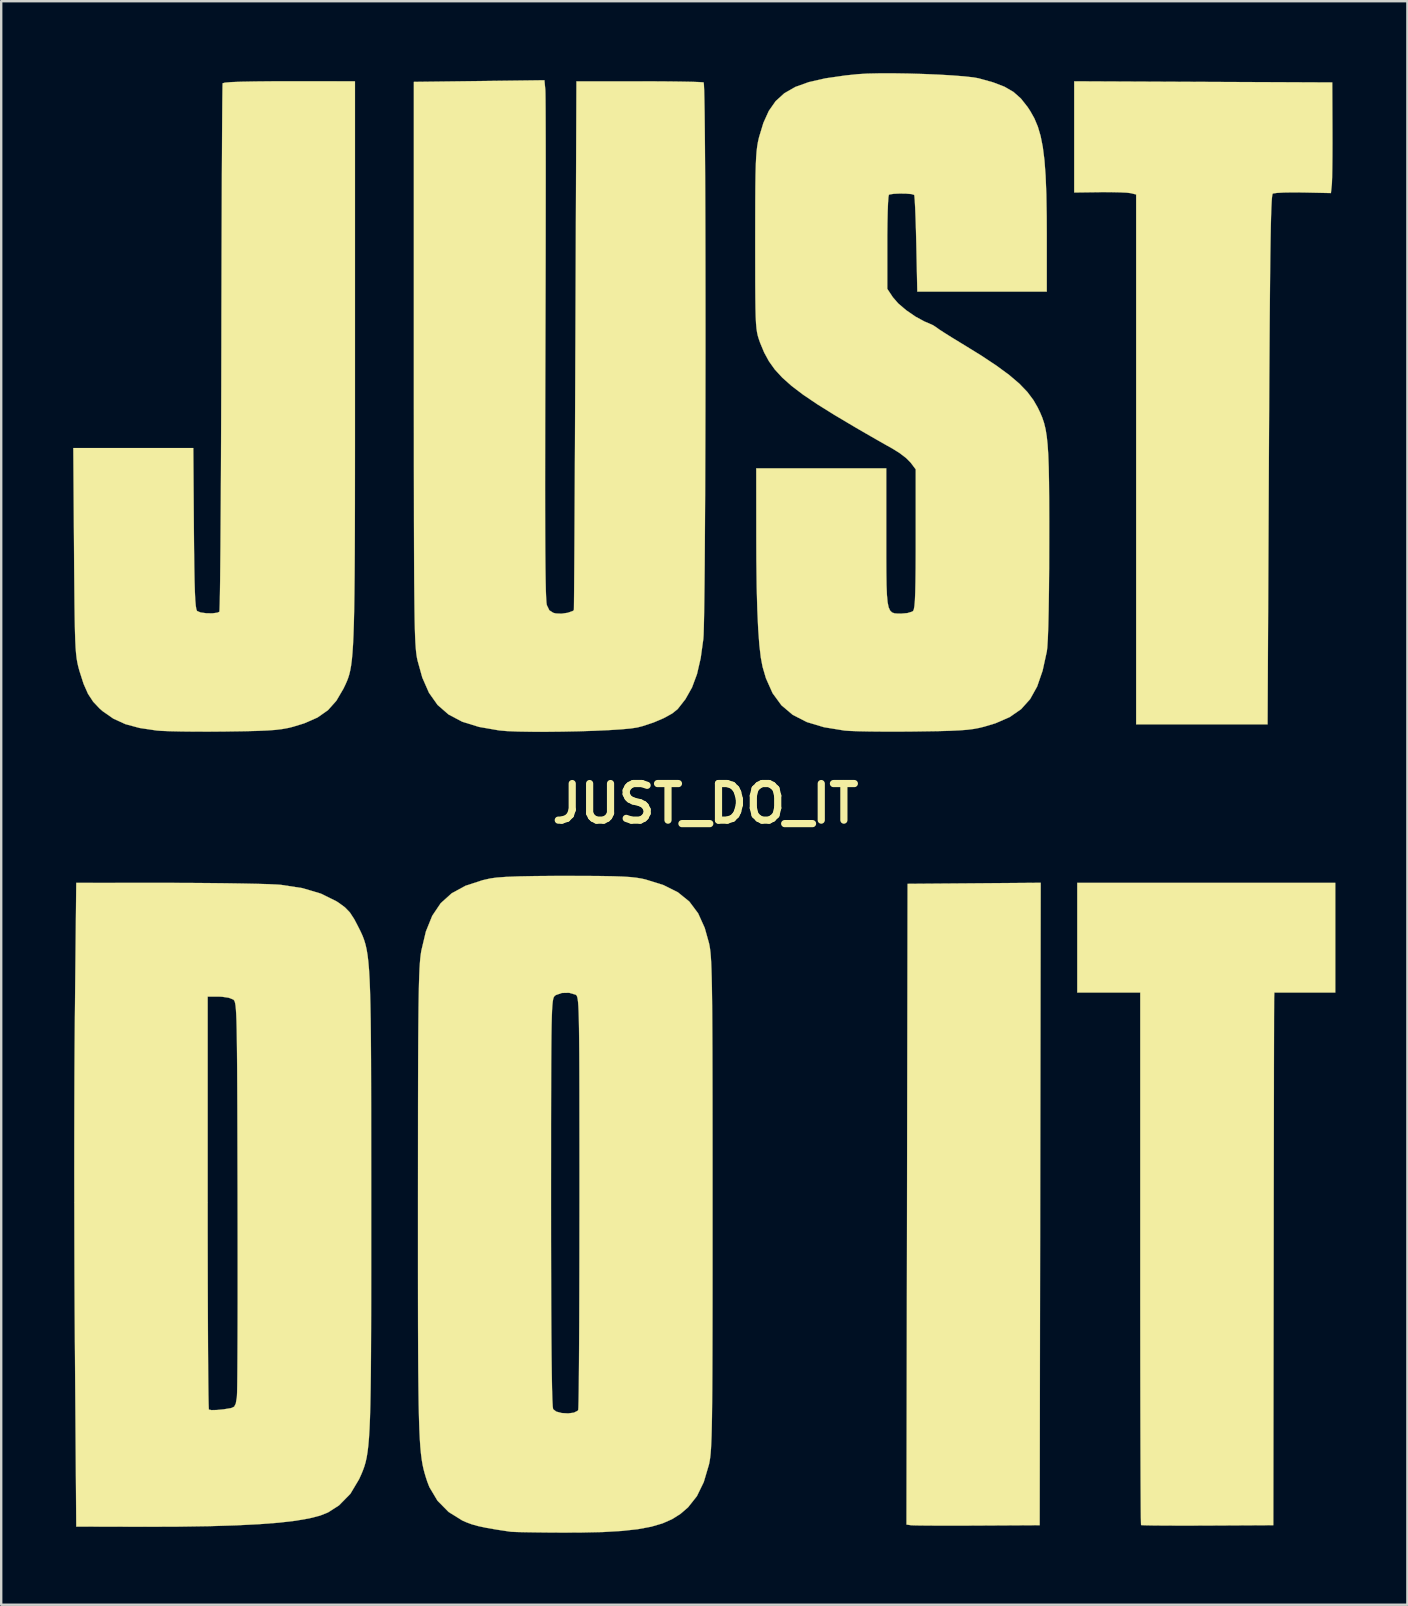
<source format=kicad_pcb>
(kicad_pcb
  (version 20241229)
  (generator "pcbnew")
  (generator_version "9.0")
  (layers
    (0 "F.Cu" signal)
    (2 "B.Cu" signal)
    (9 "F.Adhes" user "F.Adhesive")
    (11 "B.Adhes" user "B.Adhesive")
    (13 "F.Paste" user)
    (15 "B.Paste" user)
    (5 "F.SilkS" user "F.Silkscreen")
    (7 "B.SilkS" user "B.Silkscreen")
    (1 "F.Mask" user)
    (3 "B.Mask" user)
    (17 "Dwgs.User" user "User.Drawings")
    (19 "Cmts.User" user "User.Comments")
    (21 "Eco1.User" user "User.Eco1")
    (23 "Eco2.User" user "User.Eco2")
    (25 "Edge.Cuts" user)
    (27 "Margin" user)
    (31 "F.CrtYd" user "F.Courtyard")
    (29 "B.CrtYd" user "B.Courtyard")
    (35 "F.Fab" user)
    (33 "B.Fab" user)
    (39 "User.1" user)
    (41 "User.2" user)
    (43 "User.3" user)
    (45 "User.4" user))
  (footprint "JUST_DO_IT"
    (layer "F.Cu")
    (at 26.347 30.437)
    (property "Reference" "JUST_DO_IT" (at 0 0 0) (layer "F.SilkS") (effects (font (size 1.524 1.524) (thickness 0.3))))
    (attr through_hole)
    (fp_poly (pts (xy 13.949 16.685) (xy 13.928 30.071) (xy 11.345 30.085) (xy 10.692 30.088) (xy 10.087 30.088) (xy 9.553 30.087) (xy 9.112 30.084) (xy 8.786 30.08) (xy 8.6 30.074) (xy 8.57 30.072) (xy 8.378 30.044) (xy 8.401 16.694) (xy 8.424 3.344) (xy 13.971 3.3) (xy 13.949 16.685)) (stroke (width 0.01) (type solid)) (fill yes) (layer "F.SilkS"))
    (fp_poly (pts (xy 20.743 -30.075) (xy 26.12 -30.052) (xy 26.128 -28.086) (xy 26.129 -27.504) (xy 26.127 -26.961) (xy 26.122 -26.484) (xy 26.115 -26.105) (xy 26.106 -25.851) (xy 26.1 -25.781) (xy 26.065 -25.442) (xy 24.907 -25.467) (xy 24.475 -25.47) (xy 24.099 -25.464) (xy 23.815 -25.448) (xy 23.657 -25.425) (xy 23.641 -25.418) (xy 23.625 -25.377) (xy 23.61 -25.271) (xy 23.596 -25.093) (xy 23.583 -24.836) (xy 23.571 -24.493) (xy 23.56 -24.055) (xy 23.55 -23.515) (xy 23.54 -22.867) (xy 23.531 -22.103) (xy 23.523 -21.215) (xy 23.514 -20.196) (xy 23.506 -19.039) (xy 23.497 -17.736) (xy 23.489 -16.28) (xy 23.481 -14.663) (xy 23.479 -14.324) (xy 23.425 -3.302) (xy 17.949 -3.302) (xy 17.949 -25.382) (xy 17.728 -25.437) (xy 17.559 -25.458) (xy 17.263 -25.472) (xy 16.88 -25.48) (xy 16.451 -25.479) (xy 16.436 -25.479) (xy 15.367 -25.465) (xy 15.367 -30.099) (xy 20.743 -30.075)) (stroke (width 0.01) (type solid)) (fill yes) (layer "F.SilkS"))
    (fp_poly (pts (xy 26.247 7.874) (xy 23.707 7.874) (xy 23.699 8.107) (xy 23.698 8.219) (xy 23.697 8.49) (xy 23.695 8.91) (xy 23.694 9.469) (xy 23.692 10.155) (xy 23.69 10.96) (xy 23.689 11.872) (xy 23.687 12.881) (xy 23.685 13.977) (xy 23.683 15.15) (xy 23.681 16.39) (xy 23.68 17.685) (xy 23.678 19.027) (xy 23.678 19.205) (xy 23.664 30.071) (xy 20.927 30.085) (xy 20.263 30.087) (xy 19.656 30.087) (xy 19.124 30.085) (xy 18.689 30.082) (xy 18.37 30.076) (xy 18.189 30.069) (xy 18.154 30.064) (xy 18.15 29.976) (xy 18.145 29.73) (xy 18.141 29.333) (xy 18.138 28.798) (xy 18.134 28.132) (xy 18.131 27.348) (xy 18.128 26.453) (xy 18.125 25.459) (xy 18.123 24.375) (xy 18.121 23.212) (xy 18.12 21.979) (xy 18.119 20.685) (xy 18.119 19.342) (xy 18.119 18.951) (xy 18.119 7.874) (xy 15.494 7.874) (xy 15.494 3.302) (xy 26.247 3.302) (xy 26.247 7.874)) (stroke (width 0.01) (type solid)) (fill yes) (layer "F.SilkS"))
    (fp_poly (pts (xy -14.605 -30.099) (xy -14.605 -18.373) (xy -14.605 -16.668) (xy -14.605 -15.124) (xy -14.606 -13.732) (xy -14.607 -12.484) (xy -14.61 -11.371) (xy -14.614 -10.383) (xy -14.62 -9.513) (xy -14.628 -8.753) (xy -14.638 -8.092) (xy -14.651 -7.523) (xy -14.667 -7.038) (xy -14.686 -6.626) (xy -14.709 -6.281) (xy -14.735 -5.992) (xy -14.766 -5.752) (xy -14.802 -5.552) (xy -14.842 -5.384) (xy -14.887 -5.238) (xy -14.938 -5.106) (xy -14.994 -4.979) (xy -15.056 -4.849) (xy -15.088 -4.784) (xy -15.381 -4.284) (xy -15.731 -3.892) (xy -16.168 -3.586) (xy -16.723 -3.343) (xy -17.187 -3.201) (xy -17.41 -3.147) (xy -17.643 -3.105) (xy -17.912 -3.072) (xy -18.242 -3.048) (xy -18.66 -3.03) (xy -19.19 -3.016) (xy -19.859 -3.006) (xy -20.024 -3.003) (xy -20.658 -2.998) (xy -21.273 -2.999) (xy -21.836 -3.005) (xy -22.317 -3.016) (xy -22.683 -3.031) (xy -22.86 -3.044) (xy -23.58 -3.151) (xy -24.172 -3.311) (xy -24.672 -3.539) (xy -25.115 -3.847) (xy -25.241 -3.956) (xy -25.512 -4.242) (xy -25.73 -4.574) (xy -25.915 -4.992) (xy -26.089 -5.536) (xy -26.099 -5.574) (xy -26.14 -5.727) (xy -26.174 -5.881) (xy -26.203 -6.05) (xy -26.226 -6.251) (xy -26.246 -6.499) (xy -26.261 -6.812) (xy -26.273 -7.204) (xy -26.283 -7.691) (xy -26.292 -8.29) (xy -26.299 -9.016) (xy -26.307 -9.886) (xy -26.311 -10.52) (xy -26.342 -14.817) (xy -21.342 -14.817) (xy -21.318 -11.476) (xy -21.31 -10.592) (xy -21.301 -9.864) (xy -21.29 -9.279) (xy -21.276 -8.823) (xy -21.26 -8.483) (xy -21.239 -8.246) (xy -21.215 -8.099) (xy -21.186 -8.029) (xy -21.184 -8.026) (xy -21.039 -7.965) (xy -20.802 -7.932) (xy -20.544 -7.928) (xy -20.333 -7.957) (xy -20.255 -7.995) (xy -20.248 -8.086) (xy -20.24 -8.336) (xy -20.232 -8.735) (xy -20.224 -9.274) (xy -20.217 -9.941) (xy -20.209 -10.728) (xy -20.203 -11.624) (xy -20.196 -12.619) (xy -20.19 -13.702) (xy -20.185 -14.865) (xy -20.18 -16.096) (xy -20.176 -17.386) (xy -20.173 -18.725) (xy -20.172 -18.994) (xy -20.17 -20.341) (xy -20.166 -21.643) (xy -20.163 -22.888) (xy -20.159 -24.066) (xy -20.155 -25.168) (xy -20.151 -26.182) (xy -20.146 -27.101) (xy -20.142 -27.912) (xy -20.137 -28.606) (xy -20.133 -29.173) (xy -20.128 -29.603) (xy -20.124 -29.886) (xy -20.12 -30.011) (xy -20.119 -30.016) (xy -20.024 -30.043) (xy -19.763 -30.065) (xy -19.339 -30.082) (xy -18.757 -30.093) (xy -18.02 -30.1) (xy -17.346 -30.101) (xy -14.605 -30.099)) (stroke (width 0.01) (type solid)) (fill yes) (layer "F.SilkS"))
    (fp_poly (pts (xy -6.672 -29.741) (xy -6.668 -29.606) (xy -6.664 -29.312) (xy -6.661 -28.871) (xy -6.659 -28.293) (xy -6.657 -27.588) (xy -6.656 -26.769) (xy -6.656 -25.844) (xy -6.657 -24.825) (xy -6.658 -23.724) (xy -6.66 -22.549) (xy -6.663 -21.314) (xy -6.667 -20.027) (xy -6.67 -18.95) (xy -6.675 -17.282) (xy -6.679 -15.776) (xy -6.681 -14.429) (xy -6.682 -13.232) (xy -6.681 -12.18) (xy -6.678 -11.268) (xy -6.674 -10.489) (xy -6.668 -9.838) (xy -6.66 -9.307) (xy -6.651 -8.891) (xy -6.639 -8.585) (xy -6.626 -8.382) (xy -6.611 -8.276) (xy -6.609 -8.27) (xy -6.505 -8.055) (xy -6.341 -7.95) (xy -6.23 -7.923) (xy -5.994 -7.914) (xy -5.736 -7.952) (xy -5.535 -8.023) (xy -5.483 -8.062) (xy -5.48 -8.148) (xy -5.477 -8.394) (xy -5.473 -8.788) (xy -5.469 -9.322) (xy -5.464 -9.986) (xy -5.459 -10.769) (xy -5.454 -11.661) (xy -5.449 -12.653) (xy -5.443 -13.735) (xy -5.437 -14.896) (xy -5.432 -16.127) (xy -5.426 -17.418) (xy -5.421 -18.758) (xy -5.419 -19.092) (xy -5.376 -30.099) (xy -2.765 -30.099) (xy -2.115 -30.097) (xy -1.519 -30.093) (xy -0.998 -30.086) (xy -0.573 -30.078) (xy -0.267 -30.067) (xy -0.099 -30.056) (xy -0.075 -30.051) (xy -0.064 -29.961) (xy -0.053 -29.713) (xy -0.044 -29.32) (xy -0.035 -28.793) (xy -0.028 -28.145) (xy -0.021 -27.386) (xy -0.015 -26.529) (xy -0.01 -25.586) (xy -0.006 -24.568) (xy -0.003 -23.488) (xy -0.001 -22.357) (xy 0.000406 -21.187) (xy 0.001 -19.99) (xy 0.001 -18.777) (xy -0.000489 -17.562) (xy -0.002 -16.355) (xy -0.005 -15.168) (xy -0.009 -14.013) (xy -0.013 -12.903) (xy -0.019 -11.849) (xy -0.025 -10.862) (xy -0.031 -9.955) (xy -0.039 -9.14) (xy -0.048 -8.427) (xy -0.057 -7.831) (xy -0.067 -7.361) (xy -0.077 -7.03) (xy -0.088 -6.858) (xy -0.198 -6.061) (xy -0.351 -5.398) (xy -0.559 -4.839) (xy -0.834 -4.351) (xy -1.16 -3.935) (xy -1.387 -3.754) (xy -1.735 -3.562) (xy -2.161 -3.38) (xy -2.619 -3.229) (xy -2.84 -3.172) (xy -3.109 -3.131) (xy -3.517 -3.094) (xy -4.036 -3.061) (xy -4.635 -3.034) (xy -5.285 -3.013) (xy -5.957 -2.999) (xy -6.62 -2.992) (xy -7.246 -2.993) (xy -7.804 -3.002) (xy -8.266 -3.021) (xy -8.592 -3.049) (xy -9.435 -3.195) (xy -10.134 -3.411) (xy -10.704 -3.712) (xy -11.162 -4.11) (xy -11.521 -4.618) (xy -11.799 -5.25) (xy -12 -5.973) (xy -12.021 -6.076) (xy -12.04 -6.192) (xy -12.057 -6.329) (xy -12.072 -6.497) (xy -12.086 -6.704) (xy -12.098 -6.959) (xy -12.108 -7.27) (xy -12.117 -7.647) (xy -12.124 -8.098) (xy -12.13 -8.632) (xy -12.136 -9.257) (xy -12.14 -9.983) (xy -12.143 -10.819) (xy -12.146 -11.772) (xy -12.147 -12.852) (xy -12.149 -14.067) (xy -12.149 -15.427) (xy -12.15 -16.94) (xy -12.15 -18.361) (xy -12.15 -30.075) (xy -9.43 -30.109) (xy -6.71 -30.144) (xy -6.672 -29.741)) (stroke (width 0.01) (type solid)) (fill yes) (layer "F.SilkS"))
    (fp_poly (pts (xy -22.359 3.304) (xy -21.533 3.306) (xy -20.731 3.312) (xy -19.975 3.32) (xy -19.286 3.331) (xy -18.687 3.344) (xy -18.2 3.358) (xy -17.846 3.374) (xy -17.695 3.385) (xy -16.794 3.523) (xy -16.026 3.751) (xy -15.376 4.072) (xy -15.298 4.122) (xy -15.021 4.325) (xy -14.816 4.537) (xy -14.634 4.818) (xy -14.521 5.032) (xy -14.433 5.204) (xy -14.355 5.363) (xy -14.285 5.518) (xy -14.224 5.68) (xy -14.17 5.857) (xy -14.123 6.061) (xy -14.082 6.301) (xy -14.048 6.586) (xy -14.019 6.926) (xy -13.996 7.331) (xy -13.977 7.811) (xy -13.962 8.375) (xy -13.95 9.034) (xy -13.942 9.797) (xy -13.936 10.673) (xy -13.933 11.673) (xy -13.931 12.806) (xy -13.93 14.083) (xy -13.929 15.512) (xy -13.929 16.595) (xy -13.929 18.141) (xy -13.929 19.528) (xy -13.93 20.765) (xy -13.933 21.861) (xy -13.937 22.828) (xy -13.943 23.673) (xy -13.952 24.408) (xy -13.964 25.041) (xy -13.979 25.583) (xy -13.998 26.042) (xy -14.021 26.43) (xy -14.049 26.755) (xy -14.082 27.028) (xy -14.12 27.258) (xy -14.164 27.454) (xy -14.215 27.627) (xy -14.273 27.787) (xy -14.337 27.942) (xy -14.41 28.103) (xy -14.432 28.152) (xy -14.796 28.763) (xy -15.27 29.245) (xy -15.727 29.538) (xy -16.059 29.671) (xy -16.505 29.785) (xy -17.07 29.883) (xy -17.763 29.964) (xy -18.59 30.028) (xy -19.558 30.077) (xy -20.672 30.111) (xy -21.942 30.131) (xy -23.372 30.136) (xy -23.587 30.135) (xy -26.219 30.129) (xy -26.277 22.362) (xy -26.286 21.058) (xy -26.293 19.679) (xy -26.297 18.25) (xy -26.3 16.8) (xy -26.302 15.354) (xy -26.301 13.94) (xy -26.298 12.583) (xy -26.294 11.311) (xy -26.287 10.149) (xy -26.279 9.126) (xy -26.277 8.949) (xy -26.268 8.043) (xy -20.743 8.043) (xy -20.743 16.623) (xy -20.743 17.814) (xy -20.741 18.957) (xy -20.739 20.04) (xy -20.736 21.053) (xy -20.732 21.984) (xy -20.728 22.821) (xy -20.723 23.553) (xy -20.717 24.17) (xy -20.711 24.659) (xy -20.704 25.009) (xy -20.697 25.209) (xy -20.693 25.253) (xy -20.582 25.275) (xy -20.36 25.27) (xy -20.082 25.243) (xy -19.802 25.197) (xy -19.755 25.187) (xy -19.64 25.133) (xy -19.572 25.005) (xy -19.53 24.759) (xy -19.524 24.701) (xy -19.517 24.553) (xy -19.511 24.249) (xy -19.506 23.8) (xy -19.502 23.219) (xy -19.498 22.519) (xy -19.495 21.713) (xy -19.493 20.813) (xy -19.493 19.831) (xy -19.493 18.78) (xy -19.494 17.673) (xy -19.496 16.522) (xy -19.496 16.27) (xy -19.5 14.928) (xy -19.503 13.745) (xy -19.506 12.711) (xy -19.51 11.816) (xy -19.514 11.049) (xy -19.52 10.401) (xy -19.526 9.86) (xy -19.533 9.418) (xy -19.542 9.063) (xy -19.553 8.785) (xy -19.566 8.574) (xy -19.581 8.421) (xy -19.599 8.314) (xy -19.619 8.244) (xy -19.642 8.2) (xy -19.668 8.173) (xy -19.68 8.164) (xy -19.865 8.091) (xy -20.146 8.049) (xy -20.294 8.043) (xy -20.743 8.043) (xy -26.268 8.043) (xy -26.219 3.302) (xy -22.359 3.304)) (stroke (width 0.01) (type solid)) (fill yes) (layer "F.SilkS"))
    (fp_poly (pts (xy 8.451 -30.422) (xy 9.094 -30.403) (xy 9.72 -30.377) (xy 10.297 -30.343) (xy 10.794 -30.304) (xy 11.178 -30.261) (xy 11.381 -30.224) (xy 11.989 -30.055) (xy 12.462 -29.873) (xy 12.836 -29.656) (xy 13.145 -29.382) (xy 13.424 -29.029) (xy 13.535 -28.86) (xy 13.708 -28.553) (xy 13.851 -28.212) (xy 13.967 -27.82) (xy 14.058 -27.361) (xy 14.127 -26.815) (xy 14.175 -26.165) (xy 14.206 -25.394) (xy 14.221 -24.485) (xy 14.224 -23.76) (xy 14.224 -21.336) (xy 8.829 -21.336) (xy 8.787 -23.328) (xy 8.773 -23.892) (xy 8.757 -24.397) (xy 8.74 -24.821) (xy 8.723 -25.139) (xy 8.707 -25.326) (xy 8.698 -25.366) (xy 8.583 -25.4) (xy 8.362 -25.418) (xy 8.096 -25.422) (xy 7.847 -25.411) (xy 7.678 -25.384) (xy 7.644 -25.368) (xy 7.625 -25.267) (xy 7.608 -25.022) (xy 7.594 -24.658) (xy 7.584 -24.199) (xy 7.578 -23.67) (xy 7.578 -23.376) (xy 7.578 -21.45) (xy 7.81 -21.1) (xy 8.036 -20.84) (xy 8.367 -20.559) (xy 8.748 -20.296) (xy 9.126 -20.09) (xy 9.271 -20.031) (xy 9.486 -19.934) (xy 9.632 -19.838) (xy 9.743 -19.757) (xy 9.968 -19.611) (xy 10.276 -19.418) (xy 10.636 -19.198) (xy 10.691 -19.165) (xy 11.479 -18.68) (xy 12.129 -18.249) (xy 12.657 -17.861) (xy 13.079 -17.502) (xy 13.411 -17.157) (xy 13.669 -16.813) (xy 13.84 -16.516) (xy 13.947 -16.296) (xy 14.037 -16.082) (xy 14.112 -15.858) (xy 14.173 -15.608) (xy 14.221 -15.315) (xy 14.258 -14.964) (xy 14.286 -14.539) (xy 14.305 -14.022) (xy 14.317 -13.399) (xy 14.323 -12.652) (xy 14.326 -11.767) (xy 14.325 -10.87) (xy 14.322 -9.806) (xy 14.314 -8.867) (xy 14.302 -8.06) (xy 14.287 -7.394) (xy 14.268 -6.875) (xy 14.246 -6.512) (xy 14.226 -6.34) (xy 14.05 -5.537) (xy 13.824 -4.881) (xy 13.53 -4.353) (xy 13.153 -3.934) (xy 12.679 -3.605) (xy 12.09 -3.348) (xy 11.627 -3.208) (xy 11.404 -3.153) (xy 11.175 -3.11) (xy 10.916 -3.077) (xy 10.601 -3.053) (xy 10.206 -3.034) (xy 9.706 -3.02) (xy 9.074 -3.01) (xy 8.678 -3.004) (xy 8.037 -2.999) (xy 7.418 -3) (xy 6.853 -3.005) (xy 6.371 -3.015) (xy 6.003 -3.029) (xy 5.8 -3.043) (xy 4.94 -3.183) (xy 4.223 -3.398) (xy 3.636 -3.699) (xy 3.166 -4.097) (xy 2.798 -4.601) (xy 2.521 -5.222) (xy 2.381 -5.699) (xy 2.308 -6.086) (xy 2.247 -6.607) (xy 2.199 -7.267) (xy 2.162 -8.073) (xy 2.136 -9.031) (xy 2.122 -10.148) (xy 2.119 -11.07) (xy 2.117 -13.97) (xy 7.535 -13.97) (xy 7.535 -11.108) (xy 7.535 -10.289) (xy 7.538 -9.624) (xy 7.546 -9.096) (xy 7.563 -8.69) (xy 7.591 -8.39) (xy 7.634 -8.179) (xy 7.696 -8.043) (xy 7.778 -7.964) (xy 7.884 -7.927) (xy 8.018 -7.917) (xy 8.159 -7.916) (xy 8.417 -7.939) (xy 8.61 -7.998) (xy 8.653 -8.026) (xy 8.684 -8.093) (xy 8.709 -8.235) (xy 8.729 -8.465) (xy 8.743 -8.799) (xy 8.753 -9.251) (xy 8.76 -9.835) (xy 8.763 -10.567) (xy 8.763 -11.032) (xy 8.763 -13.928) (xy 8.551 -14.21) (xy 8.368 -14.395) (xy 8.092 -14.607) (xy 7.789 -14.796) (xy 7.501 -14.957) (xy 7.116 -15.176) (xy 6.683 -15.425) (xy 6.25 -15.676) (xy 6.223 -15.692) (xy 5.373 -16.197) (xy 4.661 -16.641) (xy 4.072 -17.039) (xy 3.591 -17.404) (xy 3.203 -17.75) (xy 2.892 -18.088) (xy 2.645 -18.434) (xy 2.446 -18.8) (xy 2.28 -19.199) (xy 2.27 -19.226) (xy 2.223 -19.361) (xy 2.184 -19.489) (xy 2.153 -19.628) (xy 2.128 -19.796) (xy 2.109 -20.009) (xy 2.095 -20.285) (xy 2.086 -20.64) (xy 2.08 -21.091) (xy 2.076 -21.656) (xy 2.075 -22.351) (xy 2.074 -23.194) (xy 2.074 -23.453) (xy 2.075 -24.354) (xy 2.077 -25.103) (xy 2.081 -25.718) (xy 2.088 -26.216) (xy 2.099 -26.615) (xy 2.114 -26.933) (xy 2.133 -27.187) (xy 2.158 -27.395) (xy 2.189 -27.574) (xy 2.227 -27.741) (xy 2.234 -27.771) (xy 2.415 -28.367) (xy 2.64 -28.864) (xy 2.925 -29.272) (xy 3.287 -29.601) (xy 3.742 -29.863) (xy 4.308 -30.066) (xy 5 -30.223) (xy 5.834 -30.343) (xy 6.35 -30.396) (xy 6.741 -30.42) (xy 7.243 -30.431) (xy 7.824 -30.432) (xy 8.451 -30.422)) (stroke (width 0.01) (type solid)) (fill yes) (layer "F.SilkS"))
    (fp_poly (pts (xy -4.979 3.014) (xy -4.348 3.019) (xy -3.844 3.028) (xy -3.444 3.042) (xy -3.129 3.062) (xy -2.875 3.09) (xy -2.662 3.125) (xy -2.498 3.162) (xy -1.751 3.395) (xy -1.148 3.696) (xy -0.672 4.082) (xy -0.305 4.572) (xy -0.029 5.182) (xy 0.15 5.822) (xy 0.172 5.931) (xy 0.192 6.055) (xy 0.21 6.205) (xy 0.225 6.389) (xy 0.239 6.617) (xy 0.25 6.898) (xy 0.26 7.242) (xy 0.269 7.658) (xy 0.276 8.156) (xy 0.282 8.745) (xy 0.286 9.434) (xy 0.29 10.233) (xy 0.292 11.152) (xy 0.294 12.2) (xy 0.295 13.386) (xy 0.296 14.719) (xy 0.296 16.21) (xy 0.296 16.679) (xy 0.296 18.215) (xy 0.296 19.591) (xy 0.295 20.817) (xy 0.293 21.902) (xy 0.291 22.855) (xy 0.288 23.687) (xy 0.284 24.405) (xy 0.278 25.021) (xy 0.272 25.543) (xy 0.264 25.981) (xy 0.255 26.345) (xy 0.243 26.643) (xy 0.231 26.885) (xy 0.216 27.081) (xy 0.199 27.241) (xy 0.18 27.373) (xy 0.159 27.487) (xy 0.146 27.545) (xy -0.069 28.272) (xy -0.355 28.859) (xy -0.72 29.321) (xy -0.74 29.34) (xy -1.045 29.602) (xy -1.389 29.819) (xy -1.788 29.995) (xy -2.259 30.133) (xy -2.819 30.237) (xy -3.485 30.31) (xy -4.273 30.356) (xy -5.2 30.377) (xy -5.969 30.379) (xy -6.538 30.376) (xy -7.061 30.37) (xy -7.509 30.363) (xy -7.856 30.355) (xy -8.075 30.346) (xy -8.128 30.341) (xy -8.699 30.255) (xy -9.135 30.179) (xy -9.47 30.108) (xy -9.739 30.033) (xy -9.974 29.945) (xy -10.132 29.875) (xy -10.702 29.521) (xy -11.167 29.049) (xy -11.503 28.485) (xy -11.592 28.255) (xy -11.65 28.078) (xy -11.701 27.908) (xy -11.747 27.734) (xy -11.788 27.546) (xy -11.823 27.335) (xy -11.854 27.092) (xy -11.881 26.805) (xy -11.903 26.466) (xy -11.922 26.065) (xy -11.937 25.591) (xy -11.95 25.035) (xy -11.959 24.387) (xy -11.967 23.638) (xy -11.972 22.777) (xy -11.976 21.794) (xy -11.978 20.681) (xy -11.979 19.426) (xy -11.979 18.021) (xy -11.979 16.637) (xy -11.979 16.613) (xy -6.435 16.613) (xy -6.434 18.229) (xy -6.431 19.675) (xy -6.427 20.953) (xy -6.421 22.064) (xy -6.413 23.007) (xy -6.403 23.784) (xy -6.392 24.395) (xy -6.379 24.84) (xy -6.364 25.12) (xy -6.347 25.236) (xy -6.347 25.236) (xy -6.214 25.338) (xy -5.986 25.397) (xy -5.723 25.412) (xy -5.482 25.381) (xy -5.325 25.303) (xy -5.301 25.266) (xy -5.294 25.164) (xy -5.287 24.905) (xy -5.28 24.499) (xy -5.274 23.958) (xy -5.269 23.295) (xy -5.264 22.519) (xy -5.259 21.643) (xy -5.256 20.679) (xy -5.253 19.637) (xy -5.251 18.53) (xy -5.25 17.369) (xy -5.249 16.591) (xy -5.249 15.2) (xy -5.25 13.969) (xy -5.251 12.888) (xy -5.252 11.947) (xy -5.254 11.135) (xy -5.257 10.444) (xy -5.262 9.863) (xy -5.268 9.383) (xy -5.275 8.993) (xy -5.284 8.685) (xy -5.295 8.447) (xy -5.308 8.27) (xy -5.324 8.145) (xy -5.342 8.062) (xy -5.362 8.01) (xy -5.386 7.98) (xy -5.413 7.962) (xy -5.413 7.962) (xy -5.682 7.884) (xy -5.982 7.891) (xy -6.232 7.978) (xy -6.28 8.014) (xy -6.305 8.043) (xy -6.328 8.087) (xy -6.347 8.156) (xy -6.364 8.26) (xy -6.379 8.409) (xy -6.392 8.614) (xy -6.402 8.883) (xy -6.411 9.227) (xy -6.418 9.655) (xy -6.423 10.179) (xy -6.427 10.806) (xy -6.43 11.549) (xy -6.432 12.415) (xy -6.434 13.417) (xy -6.434 14.562) (xy -6.435 15.861) (xy -6.435 16.613) (xy -11.979 16.613) (xy -11.978 15.126) (xy -11.977 13.774) (xy -11.976 12.572) (xy -11.974 11.51) (xy -11.971 10.579) (xy -11.967 9.768) (xy -11.961 9.068) (xy -11.955 8.47) (xy -11.947 7.963) (xy -11.938 7.538) (xy -11.927 7.184) (xy -11.915 6.894) (xy -11.9 6.655) (xy -11.884 6.46) (xy -11.865 6.297) (xy -11.844 6.158) (xy -11.838 6.124) (xy -11.649 5.328) (xy -11.385 4.675) (xy -11.032 4.15) (xy -10.574 3.738) (xy -9.998 3.424) (xy -9.289 3.193) (xy -8.967 3.12) (xy -8.701 3.083) (xy -8.306 3.054) (xy -7.773 3.033) (xy -7.093 3.02) (xy -6.258 3.013) (xy -5.757 3.013) (xy -4.979 3.014)) (stroke (width 0.01) (type solid)) (fill yes) (layer "F.SilkS")))
  (gr_rect
    (start -3 -3)
    (end 55.599 63.821)
    (stroke (width 0.1) (type default))
    (fill no)
    (layer "Edge.Cuts")))
</source>
